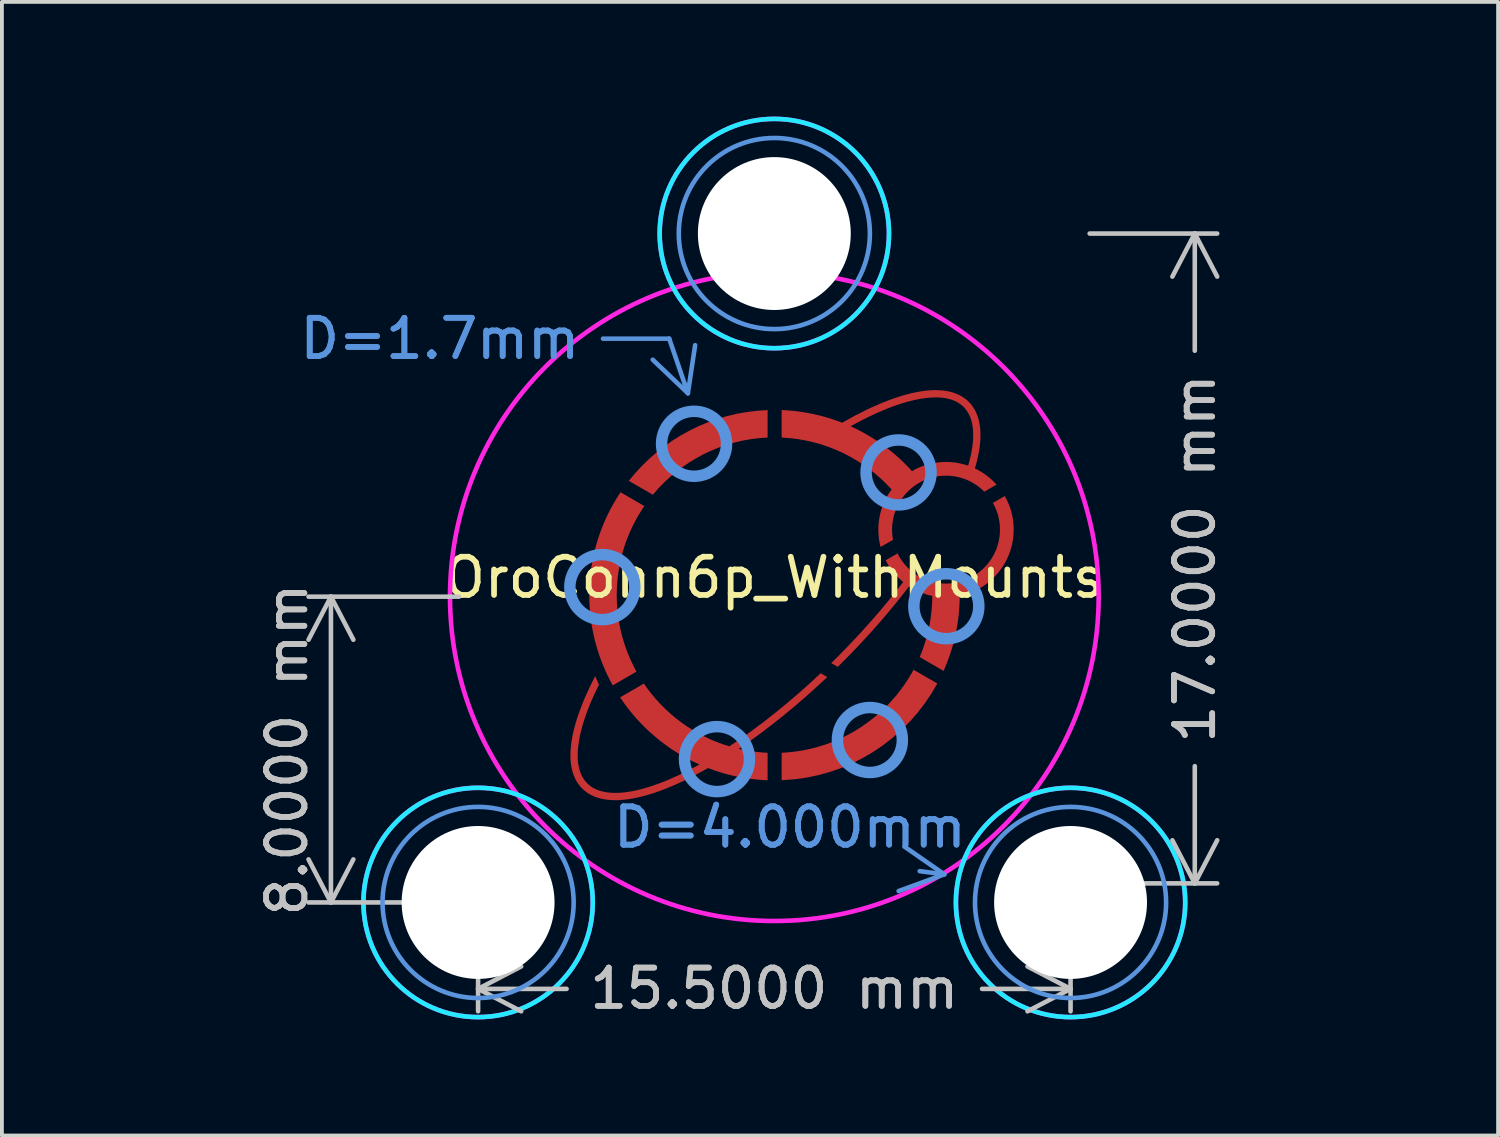
<source format=kicad_pcb>
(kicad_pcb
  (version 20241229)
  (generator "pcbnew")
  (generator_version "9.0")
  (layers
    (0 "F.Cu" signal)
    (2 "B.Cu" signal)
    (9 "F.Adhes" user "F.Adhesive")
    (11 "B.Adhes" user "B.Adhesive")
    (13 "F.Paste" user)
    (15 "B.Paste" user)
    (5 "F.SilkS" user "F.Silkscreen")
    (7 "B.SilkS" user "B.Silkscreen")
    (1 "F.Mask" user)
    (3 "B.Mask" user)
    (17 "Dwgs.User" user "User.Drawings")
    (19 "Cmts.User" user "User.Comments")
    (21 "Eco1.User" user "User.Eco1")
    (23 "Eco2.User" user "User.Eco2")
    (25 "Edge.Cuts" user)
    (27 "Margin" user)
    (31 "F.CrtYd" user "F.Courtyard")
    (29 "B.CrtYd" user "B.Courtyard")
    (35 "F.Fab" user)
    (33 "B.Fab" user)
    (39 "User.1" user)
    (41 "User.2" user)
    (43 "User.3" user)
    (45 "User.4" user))
  (footprint "OroConn6p_WithMounts"
    (layer "F.Cu")
    (at 17.208 12.56)
    (property "Reference" "OroConn6p_WithMounts" (at 0 -0.5 0) (unlocked yes) (layer "F.SilkS") (effects (font (size 1 1) (thickness 0.15))))
    (attr smd)
    (fp_poly (pts (xy -0.176 -4.163) (xy -0.401 -4.147) (xy -0.622 -4.12) (xy -0.84 -4.081) (xy -1.053 -4.03) (xy -1.262 -3.969) (xy -1.466 -3.897) (xy -1.665 -3.815) (xy -1.859 -3.723) (xy -2.047 -3.621) (xy -2.229 -3.51) (xy -2.405 -3.39) (xy -2.574 -3.261) (xy -2.737 -3.124) (xy -2.891 -2.979) (xy -3.039 -2.827) (xy -3.178 -2.667) (xy -3.807 -3.03) (xy -3.642 -3.229) (xy -3.466 -3.419) (xy -3.281 -3.599) (xy -3.087 -3.769) (xy -2.884 -3.929) (xy -2.672 -4.078) (xy -2.452 -4.216) (xy -2.224 -4.342) (xy -1.989 -4.457) (xy -1.747 -4.558) (xy -1.499 -4.647) (xy -1.245 -4.722) (xy -0.985 -4.784) (xy -0.72 -4.831) (xy -0.45 -4.864) (xy -0.176 -4.882)) (stroke (width 0) (type solid)) (fill yes) (layer "F.Cu"))
    (fp_poly (pts (xy 4.264 2.271) (xy 4.107 2.539) (xy 3.933 2.796) (xy 3.744 3.041) (xy 3.54 3.273) (xy 3.322 3.491) (xy 3.091 3.695) (xy 2.846 3.885) (xy 2.59 4.059) (xy 2.322 4.216) (xy 2.044 4.357) (xy 1.755 4.48) (xy 1.458 4.584) (xy 1.152 4.669) (xy 0.839 4.734) (xy 0.518 4.779) (xy 0.191 4.802) (xy 0.191 4.084) (xy 0.33 4.075) (xy 0.469 4.062) (xy 0.605 4.045) (xy 0.741 4.022) (xy 0.875 3.996) (xy 1.007 3.965) (xy 1.138 3.93) (xy 1.266 3.891) (xy 1.393 3.848) (xy 1.519 3.801) (xy 1.642 3.75) (xy 1.763 3.695) (xy 1.882 3.637) (xy 1.999 3.575) (xy 2.114 3.509) (xy 2.226 3.439) (xy 2.443 3.29) (xy 2.65 3.128) (xy 2.846 2.953) (xy 3.031 2.767) (xy 3.203 2.569) (xy 3.363 2.36) (xy 3.51 2.141) (xy 3.578 2.028) (xy 3.642 1.912)) (stroke (width 0) (type solid)) (fill yes) (layer "F.Cu"))
    (fp_poly (pts (xy -3.401 -2.371) (xy -3.484 -2.245) (xy -3.563 -2.116) (xy -3.636 -1.984) (xy -3.706 -1.848) (xy -3.77 -1.71) (xy -3.829 -1.57) (xy -3.884 -1.426) (xy -3.933 -1.281) (xy -3.976 -1.133) (xy -4.014 -0.982) (xy -4.047 -0.83) (xy -4.074 -0.675) (xy -4.095 -0.519) (xy -4.11 -0.361) (xy -4.12 -0.201) (xy -4.123 -0.04) (xy -4.121 0.096) (xy -4.114 0.23) (xy -4.103 0.364) (xy -4.088 0.496) (xy -4.069 0.627) (xy -4.046 0.756) (xy -4.019 0.884) (xy -3.988 1.011) (xy -3.953 1.135) (xy -3.914 1.259) (xy -3.871 1.381) (xy -3.825 1.5) (xy -3.776 1.618) (xy -3.722 1.735) (xy -3.666 1.849) (xy -3.606 1.961) (xy -4.227 2.32) (xy -4.251 2.276) (xy -4.275 2.233) (xy -4.298 2.188) (xy -4.321 2.144) (xy -4.343 2.099) (xy -4.365 2.055) (xy -4.387 2.009) (xy -4.408 1.964) (xy -4.503 1.74) (xy -4.542 1.637) (xy -4.58 1.532) (xy -4.615 1.425) (xy -4.647 1.318) (xy -4.678 1.21) (xy -4.705 1.101) (xy -4.731 0.991) (xy -4.753 0.879) (xy -4.774 0.767) (xy -4.791 0.655) (xy -4.806 0.541) (xy -4.818 0.426) (xy -4.828 0.311) (xy -4.835 0.195) (xy -4.839 0.078) (xy -4.841 -0.04) (xy -4.837 -0.225) (xy -4.827 -0.41) (xy -4.809 -0.592) (xy -4.785 -0.772) (xy -4.755 -0.95) (xy -4.718 -1.126) (xy -4.675 -1.299) (xy -4.626 -1.47) (xy -4.57 -1.638) (xy -4.509 -1.804) (xy -4.442 -1.966) (xy -4.369 -2.126) (xy -4.291 -2.282) (xy -4.207 -2.435) (xy -4.118 -2.585) (xy -4.024 -2.731)) (stroke (width 0) (type solid)) (fill yes) (layer "F.Cu"))
    (fp_poly (pts (xy 1.385 2.103) (xy 1.092 2.375) (xy 0.8 2.637) (xy 0.507 2.888) (xy 0.215 3.129) (xy -0.075 3.359) (xy -0.363 3.578) (xy -0.649 3.786) (xy -0.931 3.981) (xy -0.839 4.001) (xy -0.747 4.02) (xy -0.653 4.036) (xy -0.559 4.05) (xy -0.464 4.062) (xy -0.369 4.071) (xy -0.273 4.079) (xy -0.176 4.084) (xy -0.176 4.803) (xy -0.279 4.798) (xy -0.38 4.791) (xy -0.482 4.782) (xy -0.582 4.771) (xy -0.682 4.757) (xy -0.782 4.742) (xy -0.881 4.725) (xy -0.979 4.706) (xy -1.076 4.685) (xy -1.172 4.662) (xy -1.268 4.637) (xy -1.363 4.61) (xy -1.551 4.55) (xy -1.735 4.484) (xy -1.892 4.571) (xy -2.046 4.655) (xy -2.199 4.733) (xy -2.349 4.807) (xy -2.497 4.877) (xy -2.642 4.941) (xy -2.785 5.001) (xy -2.925 5.056) (xy -3.062 5.106) (xy -3.196 5.151) (xy -3.327 5.19) (xy -3.455 5.225) (xy -3.58 5.255) (xy -3.701 5.279) (xy -3.818 5.299) (xy -3.932 5.312) (xy -4.02 5.32) (xy -4.105 5.324) (xy -4.189 5.324) (xy -4.269 5.321) (xy -4.347 5.315) (xy -4.423 5.305) (xy -4.496 5.292) (xy -4.566 5.275) (xy -4.634 5.255) (xy -4.699 5.232) (xy -4.761 5.205) (xy -4.82 5.174) (xy -4.877 5.141) (xy -4.93 5.103) (xy -4.981 5.062) (xy -5.028 5.018) (xy -5.073 4.97) (xy -5.114 4.919) (xy -5.152 4.865) (xy -5.186 4.808) (xy -5.216 4.748) (xy -5.243 4.685) (xy -5.267 4.62) (xy -5.287 4.551) (xy -5.303 4.48) (xy -5.316 4.406) (xy -5.326 4.33) (xy -5.332 4.251) (xy -5.334 4.169) (xy -5.334 4.085) (xy -5.329 3.998) (xy -5.321 3.909) (xy -5.309 3.812) (xy -5.294 3.713) (xy -5.274 3.611) (xy -5.251 3.506) (xy -5.223 3.398) (xy -5.192 3.289) (xy -5.158 3.177) (xy -5.12 3.063) (xy -5.032 2.828) (xy -4.931 2.585) (xy -4.816 2.335) (xy -4.687 2.078) (xy -4.588 2.302) (xy -4.698 2.53) (xy -4.796 2.751) (xy -4.841 2.86) (xy -4.883 2.966) (xy -4.921 3.071) (xy -4.957 3.174) (xy -4.99 3.276) (xy -5.02 3.375) (xy -5.046 3.473) (xy -5.07 3.568) (xy -5.09 3.662) (xy -5.107 3.753) (xy -5.121 3.842) (xy -5.132 3.929) (xy -5.139 4.006) (xy -5.143 4.08) (xy -5.144 4.152) (xy -5.143 4.223) (xy -5.139 4.291) (xy -5.132 4.356) (xy -5.122 4.42) (xy -5.109 4.481) (xy -5.093 4.54) (xy -5.074 4.597) (xy -5.052 4.651) (xy -5.027 4.703) (xy -4.998 4.752) (xy -4.967 4.799) (xy -4.932 4.842) (xy -4.894 4.884) (xy -4.853 4.921) (xy -4.81 4.956) (xy -4.764 4.987) (xy -4.715 5.015) (xy -4.664 5.04) (xy -4.61 5.062) (xy -4.554 5.081) (xy -4.496 5.097) (xy -4.436 5.11) (xy -4.373 5.12) (xy -4.308 5.128) (xy -4.24 5.132) (xy -4.171 5.134) (xy -4.1 5.133) (xy -4.026 5.129) (xy -3.951 5.123) (xy -3.847 5.11) (xy -3.74 5.093) (xy -3.629 5.071) (xy -3.516 5.045) (xy -3.4 5.014) (xy -3.281 4.978) (xy -3.159 4.938) (xy -3.035 4.894) (xy -2.908 4.846) (xy -2.779 4.793) (xy -2.514 4.675) (xy -2.24 4.541) (xy -1.959 4.391) (xy -2.116 4.317) (xy -2.271 4.238) (xy -2.422 4.154) (xy -2.57 4.065) (xy -2.714 3.971) (xy -2.855 3.871) (xy -2.992 3.767) (xy -3.125 3.658) (xy -3.254 3.545) (xy -3.379 3.427) (xy -3.5 3.305) (xy -3.616 3.179) (xy -3.728 3.048) (xy -3.836 2.914) (xy -3.938 2.776) (xy -4.036 2.634) (xy -3.413 2.274) (xy -3.311 2.418) (xy -3.203 2.557) (xy -3.089 2.691) (xy -2.97 2.82) (xy -2.846 2.944) (xy -2.716 3.063) (xy -2.582 3.176) (xy -2.442 3.284) (xy -2.298 3.385) (xy -2.15 3.481) (xy -1.997 3.57) (xy -1.841 3.653) (xy -1.68 3.729) (xy -1.516 3.798) (xy -1.348 3.861) (xy -1.177 3.916) (xy -0.887 3.72) (xy -0.593 3.511) (xy -0.296 3.289) (xy 0.004 3.055) (xy 0.305 2.809) (xy 0.607 2.552) (xy 0.91 2.283) (xy 1.213 2.003)) (stroke (width 0) (type solid)) (fill yes) (layer "F.Cu"))
    (fp_poly (pts (xy 6.056 -2.583) (xy 6.081 -2.533) (xy 6.105 -2.482) (xy 6.128 -2.431) (xy 6.148 -2.378) (xy 6.168 -2.325) (xy 6.185 -2.271) (xy 6.201 -2.216) (xy 6.215 -2.16) (xy 6.227 -2.104) (xy 6.238 -2.047) (xy 6.246 -1.989) (xy 6.253 -1.931) (xy 6.258 -1.872) (xy 6.261 -1.813) (xy 6.262 -1.754) (xy 6.26 -1.674) (xy 6.255 -1.595) (xy 6.246 -1.517) (xy 6.234 -1.441) (xy 6.219 -1.365) (xy 6.201 -1.291) (xy 6.179 -1.217) (xy 6.155 -1.146) (xy 6.127 -1.075) (xy 6.097 -1.006) (xy 6.064 -0.939) (xy 6.028 -0.873) (xy 5.989 -0.809) (xy 5.948 -0.747) (xy 5.858 -0.629) (xy 5.759 -0.518) (xy 5.651 -0.416) (xy 5.535 -0.323) (xy 5.411 -0.241) (xy 5.346 -0.203) (xy 5.28 -0.168) (xy 5.212 -0.136) (xy 5.142 -0.107) (xy 5.071 -0.08) (xy 4.999 -0.057) (xy 4.925 -0.037) (xy 4.85 -0.02) (xy 4.848 0.111) (xy 4.842 0.241) (xy 4.833 0.369) (xy 4.821 0.497) (xy 4.805 0.624) (xy 4.786 0.75) (xy 4.764 0.874) (xy 4.739 0.998) (xy 4.71 1.121) (xy 4.679 1.242) (xy 4.644 1.362) (xy 4.607 1.48) (xy 4.566 1.598) (xy 4.523 1.714) (xy 4.477 1.828) (xy 4.428 1.942) (xy 3.802 1.58) (xy 3.84 1.488) (xy 3.877 1.394) (xy 3.91 1.299) (xy 3.942 1.203) (xy 3.971 1.106) (xy 3.998 1.008) (xy 4.023 0.909) (xy 4.045 0.809) (xy 4.065 0.708) (xy 4.082 0.606) (xy 4.097 0.504) (xy 4.109 0.401) (xy 4.119 0.297) (xy 4.126 0.192) (xy 4.131 0.086) (xy 4.132 -0.02) (xy 4.091 -0.029) (xy 4.051 -0.039) (xy 4.01 -0.049) (xy 3.97 -0.061) (xy 3.931 -0.074) (xy 3.892 -0.087) (xy 3.853 -0.102) (xy 3.815 -0.117) (xy 3.777 -0.134) (xy 3.74 -0.151) (xy 3.703 -0.168) (xy 3.666 -0.187) (xy 3.63 -0.207) (xy 3.595 -0.227) (xy 3.56 -0.248) (xy 3.526 -0.27) (xy 3.335 -0.024) (xy 3.136 0.223) (xy 2.929 0.472) (xy 2.714 0.721) (xy 2.492 0.97) (xy 2.263 1.219) (xy 2.027 1.467) (xy 1.783 1.714) (xy 1.721 1.776) (xy 1.659 1.837) (xy 1.488 1.738) (xy 1.569 1.659) (xy 1.649 1.58) (xy 1.889 1.335) (xy 2.123 1.089) (xy 2.35 0.843) (xy 2.569 0.597) (xy 2.782 0.351) (xy 2.986 0.105) (xy 3.183 -0.139) (xy 3.372 -0.383) (xy 3.337 -0.412) (xy 3.302 -0.443) (xy 3.269 -0.474) (xy 3.236 -0.506) (xy 3.204 -0.539) (xy 3.173 -0.573) (xy 3.142 -0.608) (xy 3.113 -0.643) (xy 3.085 -0.679) (xy 3.057 -0.716) (xy 3.031 -0.754) (xy 3.005 -0.792) (xy 2.98 -0.831) (xy 2.957 -0.871) (xy 2.934 -0.911) (xy 2.913 -0.952) (xy 3.224 -1.132) (xy 3.246 -1.089) (xy 3.27 -1.046) (xy 3.295 -1.004) (xy 3.322 -0.964) (xy 3.35 -0.924) (xy 3.379 -0.885) (xy 3.409 -0.848) (xy 3.441 -0.811) (xy 3.474 -0.776) (xy 3.508 -0.742) (xy 3.543 -0.708) (xy 3.58 -0.677) (xy 3.617 -0.646) (xy 3.656 -0.616) (xy 3.695 -0.588) (xy 3.736 -0.562) (xy 3.777 -0.536) (xy 3.819 -0.512) (xy 3.863 -0.49) (xy 3.907 -0.469) (xy 3.952 -0.449) (xy 3.998 -0.431) (xy 4.044 -0.415) (xy 4.091 -0.4) (xy 4.139 -0.386) (xy 4.188 -0.375) (xy 4.237 -0.365) (xy 4.287 -0.357) (xy 4.337 -0.35) (xy 4.388 -0.346) (xy 4.44 -0.343) (xy 4.492 -0.342) (xy 4.564 -0.344) (xy 4.636 -0.349) (xy 4.706 -0.358) (xy 4.776 -0.371) (xy 4.844 -0.387) (xy 4.911 -0.406) (xy 4.977 -0.428) (xy 5.041 -0.453) (xy 5.103 -0.481) (xy 5.164 -0.513) (xy 5.223 -0.547) (xy 5.28 -0.583) (xy 5.336 -0.623) (xy 5.389 -0.665) (xy 5.44 -0.709) (xy 5.489 -0.756) (xy 5.536 -0.805) (xy 5.581 -0.856) (xy 5.622 -0.909) (xy 5.662 -0.965) (xy 5.699 -1.022) (xy 5.733 -1.081) (xy 5.764 -1.142) (xy 5.792 -1.204) (xy 5.817 -1.268) (xy 5.84 -1.334) (xy 5.859 -1.401) (xy 5.874 -1.469) (xy 5.887 -1.539) (xy 5.896 -1.609) (xy 5.901 -1.681) (xy 5.903 -1.754) (xy 5.902 -1.801) (xy 5.9 -1.848) (xy 5.896 -1.895) (xy 5.891 -1.941) (xy 5.884 -1.987) (xy 5.875 -2.032) (xy 5.866 -2.077) (xy 5.855 -2.121) (xy 5.842 -2.165) (xy 5.828 -2.208) (xy 5.813 -2.251) (xy 5.796 -2.292) (xy 5.779 -2.334) (xy 5.76 -2.374) (xy 5.739 -2.414) (xy 5.718 -2.453) (xy 6.029 -2.632)) (stroke (width 0) (type solid)) (fill yes) (layer "F.Cu"))
    (fp_poly (pts (xy 4.327 -5.4) (xy 4.405 -5.394) (xy 4.481 -5.384) (xy 4.554 -5.371) (xy 4.624 -5.355) (xy 4.692 -5.335) (xy 4.757 -5.311) (xy 4.819 -5.284) (xy 4.879 -5.254) (xy 4.935 -5.22) (xy 4.989 -5.182) (xy 5.04 -5.142) (xy 5.087 -5.097) (xy 5.132 -5.05) (xy 5.172 -4.999) (xy 5.21 -4.945) (xy 5.244 -4.889) (xy 5.274 -4.829) (xy 5.301 -4.767) (xy 5.325 -4.702) (xy 5.345 -4.634) (xy 5.361 -4.563) (xy 5.374 -4.49) (xy 5.384 -4.414) (xy 5.39 -4.336) (xy 5.393 -4.255) (xy 5.392 -4.171) (xy 5.388 -4.085) (xy 5.381 -3.997) (xy 5.372 -3.922) (xy 5.361 -3.846) (xy 5.348 -3.768) (xy 5.332 -3.688) (xy 5.314 -3.607) (xy 5.294 -3.525) (xy 5.272 -3.44) (xy 5.247 -3.355) (xy 5.288 -3.335) (xy 5.327 -3.315) (xy 5.366 -3.293) (xy 5.405 -3.27) (xy 5.442 -3.247) (xy 5.48 -3.223) (xy 5.516 -3.197) (xy 5.552 -3.171) (xy 5.587 -3.144) (xy 5.622 -3.116) (xy 5.655 -3.087) (xy 5.688 -3.058) (xy 5.721 -3.027) (xy 5.752 -2.996) (xy 5.783 -2.964) (xy 5.813 -2.932) (xy 5.493 -2.747) (xy 5.444 -2.795) (xy 5.393 -2.839) (xy 5.34 -2.882) (xy 5.284 -2.921) (xy 5.227 -2.959) (xy 5.167 -2.993) (xy 5.106 -3.024) (xy 5.043 -3.053) (xy 4.979 -3.079) (xy 4.913 -3.101) (xy 4.846 -3.12) (xy 4.777 -3.136) (xy 4.707 -3.149) (xy 4.636 -3.158) (xy 4.564 -3.163) (xy 4.492 -3.165) (xy 4.419 -3.163) (xy 4.347 -3.158) (xy 4.277 -3.149) (xy 4.207 -3.136) (xy 4.139 -3.121) (xy 4.072 -3.102) (xy 4.006 -3.079) (xy 3.942 -3.054) (xy 3.88 -3.026) (xy 3.819 -2.995) (xy 3.76 -2.961) (xy 3.703 -2.924) (xy 3.647 -2.885) (xy 3.594 -2.843) (xy 3.543 -2.798) (xy 3.494 -2.751) (xy 3.447 -2.702) (xy 3.402 -2.651) (xy 3.361 -2.598) (xy 3.321 -2.543) (xy 3.284 -2.485) (xy 3.25 -2.426) (xy 3.219 -2.365) (xy 3.191 -2.303) (xy 3.166 -2.239) (xy 3.144 -2.173) (xy 3.124 -2.106) (xy 3.109 -2.038) (xy 3.096 -1.968) (xy 3.087 -1.898) (xy 3.082 -1.826) (xy 3.08 -1.754) (xy 3.08 -1.72) (xy 3.082 -1.686) (xy 3.084 -1.652) (xy 3.086 -1.619) (xy 3.09 -1.586) (xy 3.094 -1.553) (xy 3.099 -1.52) (xy 3.105 -1.487) (xy 2.78 -1.3) (xy 2.766 -1.354) (xy 2.755 -1.41) (xy 2.744 -1.466) (xy 2.736 -1.522) (xy 2.73 -1.579) (xy 2.725 -1.637) (xy 2.722 -1.695) (xy 2.721 -1.754) (xy 2.723 -1.827) (xy 2.727 -1.9) (xy 2.734 -1.972) (xy 2.745 -2.043) (xy 2.758 -2.113) (xy 2.773 -2.182) (xy 2.792 -2.25) (xy 2.813 -2.317) (xy 2.836 -2.383) (xy 2.862 -2.447) (xy 2.891 -2.51) (xy 2.922 -2.572) (xy 2.955 -2.633) (xy 2.99 -2.692) (xy 3.028 -2.75) (xy 3.068 -2.806) (xy 2.93 -2.951) (xy 2.785 -3.09) (xy 2.634 -3.221) (xy 2.476 -3.345) (xy 2.312 -3.462) (xy 2.143 -3.57) (xy 1.968 -3.671) (xy 1.788 -3.763) (xy 1.603 -3.846) (xy 1.413 -3.92) (xy 1.219 -3.986) (xy 1.02 -4.041) (xy 0.818 -4.087) (xy 0.612 -4.123) (xy 0.403 -4.148) (xy 0.191 -4.163) (xy 0.191 -4.458) (xy 1.996 -4.458) (xy 2.11 -4.404) (xy 2.223 -4.348) (xy 2.334 -4.289) (xy 2.443 -4.227) (xy 2.551 -4.162) (xy 2.656 -4.095) (xy 2.76 -4.025) (xy 2.862 -3.952) (xy 2.962 -3.877) (xy 3.06 -3.8) (xy 3.156 -3.72) (xy 3.25 -3.637) (xy 3.341 -3.552) (xy 3.43 -3.465) (xy 3.518 -3.376) (xy 3.602 -3.284) (xy 3.652 -3.312) (xy 3.702 -3.339) (xy 3.754 -3.363) (xy 3.806 -3.386) (xy 3.859 -3.408) (xy 3.913 -3.427) (xy 3.968 -3.445) (xy 4.023 -3.461) (xy 4.08 -3.476) (xy 4.137 -3.488) (xy 4.194 -3.499) (xy 4.253 -3.508) (xy 4.312 -3.515) (xy 4.371 -3.52) (xy 4.431 -3.523) (xy 4.492 -3.524) (xy 4.529 -3.524) (xy 4.567 -3.522) (xy 4.642 -3.518) (xy 4.716 -3.51) (xy 4.789 -3.499) (xy 4.861 -3.485) (xy 4.932 -3.469) (xy 5.002 -3.449) (xy 5.071 -3.427) (xy 5.093 -3.505) (xy 5.113 -3.582) (xy 5.131 -3.658) (xy 5.147 -3.732) (xy 5.161 -3.806) (xy 5.173 -3.877) (xy 5.184 -3.948) (xy 5.192 -4.017) (xy 5.198 -4.092) (xy 5.202 -4.166) (xy 5.203 -4.238) (xy 5.201 -4.307) (xy 5.197 -4.375) (xy 5.19 -4.44) (xy 5.18 -4.503) (xy 5.167 -4.564) (xy 5.151 -4.622) (xy 5.132 -4.678) (xy 5.11 -4.732) (xy 5.085 -4.783) (xy 5.056 -4.832) (xy 5.025 -4.878) (xy 4.99 -4.922) (xy 4.952 -4.963) (xy 4.912 -5) (xy 4.868 -5.035) (xy 4.822 -5.066) (xy 4.773 -5.095) (xy 4.722 -5.12) (xy 4.669 -5.142) (xy 4.613 -5.161) (xy 4.554 -5.177) (xy 4.494 -5.19) (xy 4.431 -5.2) (xy 4.365 -5.207) (xy 4.298 -5.212) (xy 4.229 -5.213) (xy 4.157 -5.212) (xy 4.084 -5.208) (xy 4.008 -5.202) (xy 3.903 -5.189) (xy 3.795 -5.171) (xy 3.684 -5.149) (xy 3.569 -5.122) (xy 3.452 -5.091) (xy 3.332 -5.055) (xy 3.209 -5.014) (xy 3.083 -4.97) (xy 2.955 -4.92) (xy 2.825 -4.867) (xy 2.692 -4.809) (xy 2.557 -4.747) (xy 2.419 -4.681) (xy 2.28 -4.611) (xy 2.139 -4.536) (xy 1.996 -4.458) (xy 0.191 -4.458) (xy 0.191 -4.882) (xy 0.295 -4.877) (xy 0.399 -4.869) (xy 0.502 -4.86) (xy 0.604 -4.848) (xy 0.806 -4.819) (xy 1.006 -4.781) (xy 1.203 -4.736) (xy 1.397 -4.682) (xy 1.587 -4.62) (xy 1.774 -4.551) (xy 2.088 -4.725) (xy 2.393 -4.879) (xy 2.542 -4.95) (xy 2.689 -5.015) (xy 2.833 -5.076) (xy 2.974 -5.131) (xy 3.112 -5.182) (xy 3.247 -5.227) (xy 3.379 -5.268) (xy 3.508 -5.303) (xy 3.634 -5.333) (xy 3.756 -5.358) (xy 3.874 -5.377) (xy 3.989 -5.392) (xy 4.077 -5.399) (xy 4.163 -5.403) (xy 4.246 -5.403)) (stroke (width 0) (type solid)) (fill yes) (layer "F.Cu"))
    (fp_poly (pts (xy -0.176 -4.163) (xy -0.401 -4.147) (xy -0.622 -4.12) (xy -0.84 -4.081) (xy -1.053 -4.03) (xy -1.262 -3.969) (xy -1.466 -3.897) (xy -1.665 -3.815) (xy -1.859 -3.723) (xy -2.047 -3.621) (xy -2.229 -3.51) (xy -2.405 -3.39) (xy -2.574 -3.261) (xy -2.737 -3.124) (xy -2.891 -2.979) (xy -3.039 -2.827) (xy -3.178 -2.667) (xy -3.807 -3.03) (xy -3.642 -3.229) (xy -3.466 -3.419) (xy -3.281 -3.599) (xy -3.087 -3.769) (xy -2.884 -3.929) (xy -2.672 -4.078) (xy -2.452 -4.216) (xy -2.224 -4.342) (xy -1.989 -4.457) (xy -1.747 -4.558) (xy -1.499 -4.647) (xy -1.245 -4.722) (xy -0.985 -4.784) (xy -0.72 -4.831) (xy -0.45 -4.864) (xy -0.176 -4.882)) (stroke (width 0) (type solid)) (fill yes) (layer "F.Mask"))
    (fp_poly (pts (xy 4.264 2.271) (xy 4.107 2.539) (xy 3.933 2.796) (xy 3.744 3.041) (xy 3.54 3.273) (xy 3.322 3.491) (xy 3.091 3.695) (xy 2.846 3.885) (xy 2.59 4.059) (xy 2.322 4.216) (xy 2.044 4.357) (xy 1.755 4.48) (xy 1.458 4.584) (xy 1.152 4.669) (xy 0.839 4.734) (xy 0.518 4.779) (xy 0.191 4.802) (xy 0.191 4.084) (xy 0.33 4.075) (xy 0.469 4.062) (xy 0.605 4.045) (xy 0.741 4.022) (xy 0.875 3.996) (xy 1.007 3.965) (xy 1.138 3.93) (xy 1.266 3.891) (xy 1.393 3.848) (xy 1.519 3.801) (xy 1.642 3.75) (xy 1.763 3.695) (xy 1.882 3.637) (xy 1.999 3.575) (xy 2.114 3.509) (xy 2.226 3.439) (xy 2.443 3.29) (xy 2.65 3.128) (xy 2.846 2.953) (xy 3.031 2.767) (xy 3.203 2.569) (xy 3.363 2.36) (xy 3.51 2.141) (xy 3.578 2.028) (xy 3.642 1.912)) (stroke (width 0) (type solid)) (fill yes) (layer "F.Mask"))
    (fp_poly (pts (xy -3.401 -2.371) (xy -3.484 -2.245) (xy -3.563 -2.116) (xy -3.636 -1.984) (xy -3.706 -1.848) (xy -3.77 -1.71) (xy -3.829 -1.57) (xy -3.884 -1.426) (xy -3.933 -1.281) (xy -3.976 -1.133) (xy -4.014 -0.982) (xy -4.047 -0.83) (xy -4.074 -0.675) (xy -4.095 -0.519) (xy -4.11 -0.361) (xy -4.12 -0.201) (xy -4.123 -0.04) (xy -4.121 0.096) (xy -4.114 0.23) (xy -4.103 0.364) (xy -4.088 0.496) (xy -4.069 0.627) (xy -4.046 0.756) (xy -4.019 0.884) (xy -3.988 1.011) (xy -3.953 1.135) (xy -3.914 1.259) (xy -3.871 1.381) (xy -3.825 1.5) (xy -3.776 1.618) (xy -3.722 1.735) (xy -3.666 1.849) (xy -3.606 1.961) (xy -4.227 2.32) (xy -4.251 2.276) (xy -4.275 2.233) (xy -4.298 2.188) (xy -4.321 2.144) (xy -4.343 2.099) (xy -4.365 2.055) (xy -4.387 2.009) (xy -4.408 1.964) (xy -4.503 1.74) (xy -4.542 1.637) (xy -4.58 1.532) (xy -4.615 1.425) (xy -4.647 1.318) (xy -4.678 1.21) (xy -4.705 1.101) (xy -4.731 0.991) (xy -4.753 0.879) (xy -4.774 0.767) (xy -4.791 0.655) (xy -4.806 0.541) (xy -4.818 0.426) (xy -4.828 0.311) (xy -4.835 0.195) (xy -4.839 0.078) (xy -4.841 -0.04) (xy -4.837 -0.225) (xy -4.827 -0.41) (xy -4.809 -0.592) (xy -4.785 -0.772) (xy -4.755 -0.95) (xy -4.718 -1.126) (xy -4.675 -1.299) (xy -4.626 -1.47) (xy -4.57 -1.638) (xy -4.509 -1.804) (xy -4.442 -1.966) (xy -4.369 -2.126) (xy -4.291 -2.282) (xy -4.207 -2.435) (xy -4.118 -2.585) (xy -4.024 -2.731)) (stroke (width 0) (type solid)) (fill yes) (layer "F.Mask"))
    (fp_poly (pts (xy 1.385 2.103) (xy 1.092 2.375) (xy 0.8 2.637) (xy 0.507 2.888) (xy 0.215 3.129) (xy -0.075 3.359) (xy -0.363 3.578) (xy -0.649 3.786) (xy -0.931 3.981) (xy -0.839 4.001) (xy -0.747 4.02) (xy -0.653 4.036) (xy -0.559 4.05) (xy -0.464 4.062) (xy -0.369 4.071) (xy -0.273 4.079) (xy -0.176 4.084) (xy -0.176 4.803) (xy -0.279 4.798) (xy -0.38 4.791) (xy -0.482 4.782) (xy -0.582 4.771) (xy -0.682 4.757) (xy -0.782 4.742) (xy -0.881 4.725) (xy -0.979 4.706) (xy -1.076 4.685) (xy -1.172 4.662) (xy -1.268 4.637) (xy -1.363 4.61) (xy -1.551 4.55) (xy -1.735 4.484) (xy -1.892 4.571) (xy -2.046 4.655) (xy -2.199 4.733) (xy -2.349 4.807) (xy -2.497 4.877) (xy -2.642 4.941) (xy -2.785 5.001) (xy -2.925 5.056) (xy -3.062 5.106) (xy -3.196 5.151) (xy -3.327 5.19) (xy -3.455 5.225) (xy -3.58 5.255) (xy -3.701 5.279) (xy -3.818 5.299) (xy -3.932 5.312) (xy -4.02 5.32) (xy -4.105 5.324) (xy -4.189 5.324) (xy -4.269 5.321) (xy -4.347 5.315) (xy -4.423 5.305) (xy -4.496 5.292) (xy -4.566 5.275) (xy -4.634 5.255) (xy -4.699 5.232) (xy -4.761 5.205) (xy -4.82 5.174) (xy -4.877 5.141) (xy -4.93 5.103) (xy -4.981 5.062) (xy -5.028 5.018) (xy -5.073 4.97) (xy -5.114 4.919) (xy -5.152 4.865) (xy -5.186 4.808) (xy -5.216 4.748) (xy -5.243 4.685) (xy -5.267 4.62) (xy -5.287 4.551) (xy -5.303 4.48) (xy -5.316 4.406) (xy -5.326 4.33) (xy -5.332 4.251) (xy -5.334 4.169) (xy -5.334 4.085) (xy -5.329 3.998) (xy -5.321 3.909) (xy -5.309 3.812) (xy -5.294 3.713) (xy -5.274 3.611) (xy -5.251 3.506) (xy -5.223 3.398) (xy -5.192 3.289) (xy -5.158 3.177) (xy -5.12 3.063) (xy -5.032 2.828) (xy -4.931 2.585) (xy -4.816 2.335) (xy -4.687 2.078) (xy -4.588 2.302) (xy -4.698 2.53) (xy -4.796 2.751) (xy -4.841 2.86) (xy -4.883 2.966) (xy -4.921 3.071) (xy -4.957 3.174) (xy -4.99 3.276) (xy -5.02 3.375) (xy -5.046 3.473) (xy -5.07 3.568) (xy -5.09 3.662) (xy -5.107 3.753) (xy -5.121 3.842) (xy -5.132 3.929) (xy -5.139 4.006) (xy -5.143 4.08) (xy -5.144 4.152) (xy -5.143 4.223) (xy -5.139 4.291) (xy -5.132 4.356) (xy -5.122 4.42) (xy -5.109 4.481) (xy -5.093 4.54) (xy -5.074 4.597) (xy -5.052 4.651) (xy -5.027 4.703) (xy -4.998 4.752) (xy -4.967 4.799) (xy -4.932 4.842) (xy -4.894 4.884) (xy -4.853 4.921) (xy -4.81 4.956) (xy -4.764 4.987) (xy -4.715 5.015) (xy -4.664 5.04) (xy -4.61 5.062) (xy -4.554 5.081) (xy -4.496 5.097) (xy -4.436 5.11) (xy -4.373 5.12) (xy -4.308 5.128) (xy -4.24 5.132) (xy -4.171 5.134) (xy -4.1 5.133) (xy -4.026 5.129) (xy -3.951 5.123) (xy -3.847 5.11) (xy -3.74 5.093) (xy -3.629 5.071) (xy -3.516 5.045) (xy -3.4 5.014) (xy -3.281 4.978) (xy -3.159 4.938) (xy -3.035 4.894) (xy -2.908 4.846) (xy -2.779 4.793) (xy -2.514 4.675) (xy -2.24 4.541) (xy -1.959 4.391) (xy -2.116 4.317) (xy -2.271 4.238) (xy -2.422 4.154) (xy -2.57 4.065) (xy -2.714 3.971) (xy -2.855 3.871) (xy -2.992 3.767) (xy -3.125 3.658) (xy -3.254 3.545) (xy -3.379 3.427) (xy -3.5 3.305) (xy -3.616 3.179) (xy -3.728 3.048) (xy -3.836 2.914) (xy -3.938 2.776) (xy -4.036 2.634) (xy -3.413 2.274) (xy -3.311 2.418) (xy -3.203 2.557) (xy -3.089 2.691) (xy -2.97 2.82) (xy -2.846 2.944) (xy -2.716 3.063) (xy -2.582 3.176) (xy -2.442 3.284) (xy -2.298 3.385) (xy -2.15 3.481) (xy -1.997 3.57) (xy -1.841 3.653) (xy -1.68 3.729) (xy -1.516 3.798) (xy -1.348 3.861) (xy -1.177 3.916) (xy -0.887 3.72) (xy -0.593 3.511) (xy -0.296 3.289) (xy 0.004 3.055) (xy 0.305 2.809) (xy 0.607 2.552) (xy 0.91 2.283) (xy 1.213 2.003)) (stroke (width 0) (type solid)) (fill yes) (layer "F.Mask"))
    (fp_poly (pts (xy 6.056 -2.583) (xy 6.081 -2.533) (xy 6.105 -2.482) (xy 6.128 -2.431) (xy 6.148 -2.378) (xy 6.168 -2.325) (xy 6.185 -2.271) (xy 6.201 -2.216) (xy 6.215 -2.16) (xy 6.227 -2.104) (xy 6.238 -2.047) (xy 6.246 -1.989) (xy 6.253 -1.931) (xy 6.258 -1.872) (xy 6.261 -1.813) (xy 6.262 -1.754) (xy 6.26 -1.674) (xy 6.255 -1.595) (xy 6.246 -1.517) (xy 6.234 -1.441) (xy 6.219 -1.365) (xy 6.201 -1.291) (xy 6.179 -1.217) (xy 6.155 -1.146) (xy 6.127 -1.075) (xy 6.097 -1.006) (xy 6.064 -0.939) (xy 6.028 -0.873) (xy 5.989 -0.809) (xy 5.948 -0.747) (xy 5.858 -0.629) (xy 5.759 -0.518) (xy 5.651 -0.416) (xy 5.535 -0.323) (xy 5.411 -0.241) (xy 5.346 -0.203) (xy 5.28 -0.168) (xy 5.212 -0.136) (xy 5.142 -0.107) (xy 5.071 -0.08) (xy 4.999 -0.057) (xy 4.925 -0.037) (xy 4.85 -0.02) (xy 4.848 0.111) (xy 4.842 0.241) (xy 4.833 0.369) (xy 4.821 0.497) (xy 4.805 0.624) (xy 4.786 0.75) (xy 4.764 0.874) (xy 4.739 0.998) (xy 4.71 1.121) (xy 4.679 1.242) (xy 4.644 1.362) (xy 4.607 1.48) (xy 4.566 1.598) (xy 4.523 1.714) (xy 4.477 1.828) (xy 4.428 1.942) (xy 3.802 1.58) (xy 3.84 1.488) (xy 3.877 1.394) (xy 3.91 1.299) (xy 3.942 1.203) (xy 3.971 1.106) (xy 3.998 1.008) (xy 4.023 0.909) (xy 4.045 0.809) (xy 4.065 0.708) (xy 4.082 0.606) (xy 4.097 0.504) (xy 4.109 0.401) (xy 4.119 0.297) (xy 4.126 0.192) (xy 4.131 0.086) (xy 4.132 -0.02) (xy 4.091 -0.029) (xy 4.051 -0.039) (xy 4.01 -0.049) (xy 3.97 -0.061) (xy 3.931 -0.074) (xy 3.892 -0.087) (xy 3.853 -0.102) (xy 3.815 -0.117) (xy 3.777 -0.134) (xy 3.74 -0.151) (xy 3.703 -0.168) (xy 3.666 -0.187) (xy 3.63 -0.207) (xy 3.595 -0.227) (xy 3.56 -0.248) (xy 3.526 -0.27) (xy 3.335 -0.024) (xy 3.136 0.223) (xy 2.929 0.472) (xy 2.714 0.721) (xy 2.492 0.97) (xy 2.263 1.219) (xy 2.027 1.467) (xy 1.783 1.714) (xy 1.721 1.776) (xy 1.659 1.837) (xy 1.488 1.738) (xy 1.569 1.659) (xy 1.649 1.58) (xy 1.889 1.335) (xy 2.123 1.089) (xy 2.35 0.843) (xy 2.569 0.597) (xy 2.782 0.351) (xy 2.986 0.105) (xy 3.183 -0.139) (xy 3.372 -0.383) (xy 3.337 -0.412) (xy 3.302 -0.443) (xy 3.269 -0.474) (xy 3.236 -0.506) (xy 3.204 -0.539) (xy 3.173 -0.573) (xy 3.142 -0.608) (xy 3.113 -0.643) (xy 3.085 -0.679) (xy 3.057 -0.716) (xy 3.031 -0.754) (xy 3.005 -0.792) (xy 2.98 -0.831) (xy 2.957 -0.871) (xy 2.934 -0.911) (xy 2.913 -0.952) (xy 3.224 -1.132) (xy 3.246 -1.089) (xy 3.27 -1.046) (xy 3.295 -1.004) (xy 3.322 -0.964) (xy 3.35 -0.924) (xy 3.379 -0.885) (xy 3.409 -0.848) (xy 3.441 -0.811) (xy 3.474 -0.776) (xy 3.508 -0.742) (xy 3.543 -0.708) (xy 3.58 -0.677) (xy 3.617 -0.646) (xy 3.656 -0.616) (xy 3.695 -0.588) (xy 3.736 -0.562) (xy 3.777 -0.536) (xy 3.819 -0.512) (xy 3.863 -0.49) (xy 3.907 -0.469) (xy 3.952 -0.449) (xy 3.998 -0.431) (xy 4.044 -0.415) (xy 4.091 -0.4) (xy 4.139 -0.386) (xy 4.188 -0.375) (xy 4.237 -0.365) (xy 4.287 -0.357) (xy 4.337 -0.35) (xy 4.388 -0.346) (xy 4.44 -0.343) (xy 4.492 -0.342) (xy 4.564 -0.344) (xy 4.636 -0.349) (xy 4.706 -0.358) (xy 4.776 -0.371) (xy 4.844 -0.387) (xy 4.911 -0.406) (xy 4.977 -0.428) (xy 5.041 -0.453) (xy 5.103 -0.481) (xy 5.164 -0.513) (xy 5.223 -0.547) (xy 5.28 -0.583) (xy 5.336 -0.623) (xy 5.389 -0.665) (xy 5.44 -0.709) (xy 5.489 -0.756) (xy 5.536 -0.805) (xy 5.581 -0.856) (xy 5.622 -0.909) (xy 5.662 -0.965) (xy 5.699 -1.022) (xy 5.733 -1.081) (xy 5.764 -1.142) (xy 5.792 -1.204) (xy 5.817 -1.268) (xy 5.84 -1.334) (xy 5.859 -1.401) (xy 5.874 -1.469) (xy 5.887 -1.539) (xy 5.896 -1.609) (xy 5.901 -1.681) (xy 5.903 -1.754) (xy 5.902 -1.801) (xy 5.9 -1.848) (xy 5.896 -1.895) (xy 5.891 -1.941) (xy 5.884 -1.987) (xy 5.875 -2.032) (xy 5.866 -2.077) (xy 5.855 -2.121) (xy 5.842 -2.165) (xy 5.828 -2.208) (xy 5.813 -2.251) (xy 5.796 -2.292) (xy 5.779 -2.334) (xy 5.76 -2.374) (xy 5.739 -2.414) (xy 5.718 -2.453) (xy 6.029 -2.632)) (stroke (width 0) (type solid)) (fill yes) (layer "F.Mask"))
    (fp_poly (pts (xy 4.327 -5.4) (xy 4.405 -5.394) (xy 4.481 -5.384) (xy 4.554 -5.371) (xy 4.624 -5.355) (xy 4.692 -5.335) (xy 4.757 -5.311) (xy 4.819 -5.284) (xy 4.879 -5.254) (xy 4.935 -5.22) (xy 4.989 -5.182) (xy 5.04 -5.142) (xy 5.087 -5.097) (xy 5.132 -5.05) (xy 5.172 -4.999) (xy 5.21 -4.945) (xy 5.244 -4.889) (xy 5.274 -4.829) (xy 5.301 -4.767) (xy 5.325 -4.702) (xy 5.345 -4.634) (xy 5.361 -4.563) (xy 5.374 -4.49) (xy 5.384 -4.414) (xy 5.39 -4.336) (xy 5.393 -4.255) (xy 5.392 -4.171) (xy 5.388 -4.085) (xy 5.381 -3.997) (xy 5.372 -3.922) (xy 5.361 -3.846) (xy 5.348 -3.768) (xy 5.332 -3.688) (xy 5.314 -3.607) (xy 5.294 -3.525) (xy 5.272 -3.44) (xy 5.247 -3.355) (xy 5.288 -3.335) (xy 5.327 -3.315) (xy 5.366 -3.293) (xy 5.405 -3.27) (xy 5.442 -3.247) (xy 5.48 -3.223) (xy 5.516 -3.197) (xy 5.552 -3.171) (xy 5.587 -3.144) (xy 5.622 -3.116) (xy 5.655 -3.087) (xy 5.688 -3.058) (xy 5.721 -3.027) (xy 5.752 -2.996) (xy 5.783 -2.964) (xy 5.813 -2.932) (xy 5.493 -2.747) (xy 5.444 -2.795) (xy 5.393 -2.839) (xy 5.34 -2.882) (xy 5.284 -2.921) (xy 5.227 -2.959) (xy 5.167 -2.993) (xy 5.106 -3.024) (xy 5.043 -3.053) (xy 4.979 -3.079) (xy 4.913 -3.101) (xy 4.846 -3.12) (xy 4.777 -3.136) (xy 4.707 -3.149) (xy 4.636 -3.158) (xy 4.564 -3.163) (xy 4.492 -3.165) (xy 4.419 -3.163) (xy 4.347 -3.158) (xy 4.277 -3.149) (xy 4.207 -3.136) (xy 4.139 -3.121) (xy 4.072 -3.102) (xy 4.006 -3.079) (xy 3.942 -3.054) (xy 3.88 -3.026) (xy 3.819 -2.995) (xy 3.76 -2.961) (xy 3.703 -2.924) (xy 3.647 -2.885) (xy 3.594 -2.843) (xy 3.543 -2.798) (xy 3.494 -2.751) (xy 3.447 -2.702) (xy 3.402 -2.651) (xy 3.361 -2.598) (xy 3.321 -2.543) (xy 3.284 -2.485) (xy 3.25 -2.426) (xy 3.219 -2.365) (xy 3.191 -2.303) (xy 3.166 -2.239) (xy 3.144 -2.173) (xy 3.124 -2.106) (xy 3.109 -2.038) (xy 3.096 -1.968) (xy 3.087 -1.898) (xy 3.082 -1.826) (xy 3.08 -1.754) (xy 3.08 -1.72) (xy 3.082 -1.686) (xy 3.084 -1.652) (xy 3.086 -1.619) (xy 3.09 -1.586) (xy 3.094 -1.553) (xy 3.099 -1.52) (xy 3.105 -1.487) (xy 2.78 -1.3) (xy 2.766 -1.354) (xy 2.755 -1.41) (xy 2.744 -1.466) (xy 2.736 -1.522) (xy 2.73 -1.579) (xy 2.725 -1.637) (xy 2.722 -1.695) (xy 2.721 -1.754) (xy 2.723 -1.827) (xy 2.727 -1.9) (xy 2.734 -1.972) (xy 2.745 -2.043) (xy 2.758 -2.113) (xy 2.773 -2.182) (xy 2.792 -2.25) (xy 2.813 -2.317) (xy 2.836 -2.383) (xy 2.862 -2.447) (xy 2.891 -2.51) (xy 2.922 -2.572) (xy 2.955 -2.633) (xy 2.99 -2.692) (xy 3.028 -2.75) (xy 3.068 -2.806) (xy 2.93 -2.951) (xy 2.785 -3.09) (xy 2.634 -3.221) (xy 2.476 -3.345) (xy 2.312 -3.462) (xy 2.143 -3.57) (xy 1.968 -3.671) (xy 1.788 -3.763) (xy 1.603 -3.846) (xy 1.413 -3.92) (xy 1.219 -3.986) (xy 1.02 -4.041) (xy 0.818 -4.087) (xy 0.612 -4.123) (xy 0.403 -4.148) (xy 0.191 -4.163) (xy 0.191 -4.458) (xy 1.996 -4.458) (xy 2.11 -4.404) (xy 2.223 -4.348) (xy 2.334 -4.289) (xy 2.443 -4.227) (xy 2.551 -4.162) (xy 2.656 -4.095) (xy 2.76 -4.025) (xy 2.862 -3.952) (xy 2.962 -3.877) (xy 3.06 -3.8) (xy 3.156 -3.72) (xy 3.25 -3.637) (xy 3.341 -3.552) (xy 3.43 -3.465) (xy 3.518 -3.376) (xy 3.602 -3.284) (xy 3.652 -3.312) (xy 3.702 -3.339) (xy 3.754 -3.363) (xy 3.806 -3.386) (xy 3.859 -3.408) (xy 3.913 -3.427) (xy 3.968 -3.445) (xy 4.023 -3.461) (xy 4.08 -3.476) (xy 4.137 -3.488) (xy 4.194 -3.499) (xy 4.253 -3.508) (xy 4.312 -3.515) (xy 4.371 -3.52) (xy 4.431 -3.523) (xy 4.492 -3.524) (xy 4.529 -3.524) (xy 4.567 -3.522) (xy 4.642 -3.518) (xy 4.716 -3.51) (xy 4.789 -3.499) (xy 4.861 -3.485) (xy 4.932 -3.469) (xy 5.002 -3.449) (xy 5.071 -3.427) (xy 5.093 -3.505) (xy 5.113 -3.582) (xy 5.131 -3.658) (xy 5.147 -3.732) (xy 5.161 -3.806) (xy 5.173 -3.877) (xy 5.184 -3.948) (xy 5.192 -4.017) (xy 5.198 -4.092) (xy 5.202 -4.166) (xy 5.203 -4.238) (xy 5.201 -4.307) (xy 5.197 -4.375) (xy 5.19 -4.44) (xy 5.18 -4.503) (xy 5.167 -4.564) (xy 5.151 -4.622) (xy 5.132 -4.678) (xy 5.11 -4.732) (xy 5.085 -4.783) (xy 5.056 -4.832) (xy 5.025 -4.878) (xy 4.99 -4.922) (xy 4.952 -4.963) (xy 4.912 -5) (xy 4.868 -5.035) (xy 4.822 -5.066) (xy 4.773 -5.095) (xy 4.722 -5.12) (xy 4.669 -5.142) (xy 4.613 -5.161) (xy 4.554 -5.177) (xy 4.494 -5.19) (xy 4.431 -5.2) (xy 4.365 -5.207) (xy 4.298 -5.212) (xy 4.229 -5.213) (xy 4.157 -5.212) (xy 4.084 -5.208) (xy 4.008 -5.202) (xy 3.903 -5.189) (xy 3.795 -5.171) (xy 3.684 -5.149) (xy 3.569 -5.122) (xy 3.452 -5.091) (xy 3.332 -5.055) (xy 3.209 -5.014) (xy 3.083 -4.97) (xy 2.955 -4.92) (xy 2.825 -4.867) (xy 2.692 -4.809) (xy 2.557 -4.747) (xy 2.419 -4.681) (xy 2.28 -4.611) (xy 2.139 -4.536) (xy 1.996 -4.458) (xy 0.191 -4.458) (xy 0.191 -4.882) (xy 0.295 -4.877) (xy 0.399 -4.869) (xy 0.502 -4.86) (xy 0.604 -4.848) (xy 0.806 -4.819) (xy 1.006 -4.781) (xy 1.203 -4.736) (xy 1.397 -4.682) (xy 1.587 -4.62) (xy 1.774 -4.551) (xy 2.088 -4.725) (xy 2.393 -4.879) (xy 2.542 -4.95) (xy 2.689 -5.015) (xy 2.833 -5.076) (xy 2.974 -5.131) (xy 3.112 -5.182) (xy 3.247 -5.227) (xy 3.379 -5.268) (xy 3.508 -5.303) (xy 3.634 -5.333) (xy 3.756 -5.358) (xy 3.874 -5.377) (xy 3.989 -5.392) (xy 4.077 -5.399) (xy 4.163 -5.403) (xy 4.246 -5.403)) (stroke (width 0) (type solid)) (fill yes) (layer "F.Mask"))
    (fp_circle (center -7.75 8) (end -7.75 5.5) (stroke (width 0.12) (type default)) (fill no) (layer "Cmts.User"))
    (fp_circle (center -4.5 -0.25) (end -3.65 -0.25) (stroke (width 0.3) (type solid)) (fill no) (layer "Cmts.User"))
    (fp_circle (center -2.1 -4) (end -1.25 -4) (stroke (width 0.3) (type solid)) (fill no) (layer "Cmts.User"))
    (fp_circle (center -1.5 4.25) (end -0.65 4.25) (stroke (width 0.3) (type solid)) (fill no) (layer "Cmts.User"))
    (fp_circle (center 0 -9.5) (end 0 -12) (stroke (width 0.12) (type default)) (fill no) (layer "Cmts.User"))
    (fp_circle (center 2.5 3.75) (end 3.35 3.75) (stroke (width 0.3) (type solid)) (fill no) (layer "Cmts.User"))
    (fp_circle (center 3.25 -3.25) (end 4.1 -3.25) (stroke (width 0.3) (type solid)) (fill no) (layer "Cmts.User"))
    (fp_circle (center 4.5 0.25) (end 5.35 0.25) (stroke (width 0.3) (type solid)) (fill no) (layer "Cmts.User"))
    (fp_circle (center 7.75 8) (end 7.75 5.5) (stroke (width 0.12) (type default)) (fill no) (layer "Cmts.User"))
    (fp_circle (center -7.75 8) (end -7.75 5) (stroke (width 0.12) (type default)) (fill no) (layer "B.CrtYd"))
    (fp_circle (center 0 -9.5) (end 0 -12.5) (stroke (width 0.12) (type default)) (fill no) (layer "B.CrtYd"))
    (fp_circle (center 7.75 8) (end 7.75 5) (stroke (width 0.12) (type default)) (fill no) (layer "B.CrtYd"))
    (fp_circle (center -7.75 8) (end -7.75 5) (stroke (width 0.12) (type default)) (fill no) (layer "F.CrtYd"))
    (fp_circle (center 0 -9.5) (end 0 -12.5) (stroke (width 0.12) (type default)) (fill no) (layer "F.CrtYd"))
    (fp_circle (center 0 0) (end 6 -6) (stroke (width 0.12) (type default)) (fill no) (layer "F.CrtYd"))
    (fp_circle (center 7.75 8) (end 7.75 5) (stroke (width 0.12) (type default)) (fill no) (layer "F.CrtYd"))
    (dimension (type aligned) (layer "Dwgs.User") (pts (xy 24.958 20.06) (xy 24.958 3.06)) (height 3.25) (format (prefix "") (suffix "") (units 2) (units_format 1) (precision 4)) (style (thickness 0.12) (arrow_length 1.27) (text_position_mode 2) (arrow_direction outward) (extension_height 0.586) (extension_offset 0.5) (keep_text_aligned yes)) (gr_text "17.0000 mm" (at 28.208 11.56 90) (layer "Dwgs.User") (effects (font (size 1 1) (thickness 0.15)))))
    (dimension (type aligned) (layer "Dwgs.User") (pts (xy 9.458 20.56) (xy 9.458 12.56)) (height -3.85) (format (prefix "") (suffix "") (units 2) (units_format 1) (precision 4)) (style (thickness 0.12) (arrow_length 1.27) (text_position_mode 0) (arrow_direction outward) (extension_height 0.586) (extension_offset 0.5) (keep_text_aligned yes)) (gr_text "8.0000 mm" (at 4.458 16.56 90) (layer "Dwgs.User") (effects (font (size 1 1) (thickness 0.15)))))
    (dimension (type aligned) (layer "Dwgs.User") (pts (xy 9.458 20.06) (xy 24.958 20.06)) (height 2.761) (format (prefix "") (suffix "") (units 2) (units_format 1) (precision 4)) (style (thickness 0.12) (arrow_length 1.27) (text_position_mode 2) (arrow_direction outward) (extension_height 0.586) (extension_offset 0.5) (keep_text_aligned yes)) (gr_text "15.5000 mm" (at 17.208 22.81 0) (layer "Dwgs.User") (effects (font (size 1 1) (thickness 0.15)))))
    (dimension (type leader) (layer "Cmts.User") (pts (xy 15.108 7.71) (xy 14.458 5.81)) (format (prefix "") (suffix "") (units 0) (units_format 0) (precision 4) (override_value "D=1.7mm")) (style (thickness 0.12) (arrow_length 1.27) (text_position_mode 0) (text_frame 0) (extension_offset 0.5)) (gr_text "D=1.7mm" (at 8.458 5.81 0) (layer "Cmts.User") (effects (font (size 1 1) (thickness 0.15)))))
    (dimension (type leader) (layer "Cmts.User") (pts (xy 22.149 19.888) (xy 12.116 18.593)) (format (prefix "") (suffix "") (units 0) (units_format 0) (precision 4) (override_value "D=4.000mm")) (style (thickness 0.12) (arrow_length 1.27) (text_position_mode 0) (text_frame 0) (extension_offset 0.5)) (gr_text "D=4.000mm" (at 17.616 18.593 0) (layer "Cmts.User") (effects (font (size 1 1) (thickness 0.15)))))
    (pad "" np_thru_hole circle (at -7.75 8) (size 4 4) (drill 4) (layers "*.Cu" "*.Mask"))
    (pad "" np_thru_hole circle (at 0 -9.5) (size 4 4) (drill 4) (layers "*.Cu" "*.Mask"))
    (pad "" np_thru_hole circle (at 7.75 8) (size 4 4) (drill 4) (layers "*.Cu" "*.Mask"))
    (pad "1" smd custom (at -1.107 4.298) (size 0.5 0.5) (layers "F.Cu") (options (anchor circle)) (primitives))
    (pad "2" smd custom (at 2.5 3.6) (size 0.5 0.5) (layers "F.Cu") (options (anchor circle)) (primitives))
    (pad "3" smd custom (at 4.4 0.5) (size 0.5 0.5) (layers "F.Cu") (options (anchor circle)) (primitives))
    (pad "4" smd custom (at 1.015 -4.408) (size 0.5 0.5) (layers "F.Cu") (options (anchor circle)) (primitives))
    (pad "5" smd custom (at -2.1 -4) (size 0.5 0.5) (layers "F.Cu") (options (anchor circle)) (primitives))
    (pad "6" smd custom (at -4.5 -0.3) (size 0.5 0.5) (layers "F.Cu") (options (anchor circle)) (primitives))
    (zone (net_name "") (layers "F.Cu" "B.Cu") (name "NO_ENTRY") (hatch edge 0.5) (connect_pads) (min_thickness 0.25) (filled_areas_thickness no) (keepout (tracks not_allowed) (vias not_allowed) (pads not_allowed) (copperpour not_allowed) (footprints not_allowed)) (placement (enabled no)) (fill) (polygon (pts (xy 12.287 20.56) (xy 12.268 20.232) (xy 12.211 19.908) (xy 12.116 19.593) (xy 11.986 19.291) (xy 11.821 19.006) (xy 11.625 18.742) (xy 11.399 18.503) (xy 11.147 18.291) (xy 10.873 18.111) (xy 10.579 17.963) (xy 10.27 17.85) (xy 9.949 17.775) (xy 9.623 17.736) (xy 9.294 17.736) (xy 8.967 17.775) (xy 8.647 17.85) (xy 8.338 17.963) (xy 8.044 18.111) (xy 7.769 18.291) (xy 7.517 18.503) (xy 7.292 18.742) (xy 7.095 19.006) (xy 6.931 19.291) (xy 6.8 19.593) (xy 6.706 19.908) (xy 6.649 20.232) (xy 6.63 20.56) (xy 6.649 20.888) (xy 6.706 21.212) (xy 6.8 21.527) (xy 6.931 21.829) (xy 7.095 22.114) (xy 7.292 22.378) (xy 7.517 22.617) (xy 7.769 22.829) (xy 8.044 23.009) (xy 8.338 23.157) (xy 8.647 23.27) (xy 8.967 23.345) (xy 9.294 23.384) (xy 9.623 23.384) (xy 9.949 23.345) (xy 10.27 23.27) (xy 10.579 23.157) (xy 10.873 23.009) (xy 11.147 22.829) (xy 11.399 22.617) (xy 11.625 22.378) (xy 11.821 22.114) (xy 11.986 21.829) (xy 12.116 21.527) (xy 12.211 21.212) (xy 12.268 20.888))))
    (zone (net_name "") (layers "F.Cu" "B.Cu") (name "NO_ENTRY") (hatch edge 0.5) (connect_pads) (min_thickness 0.25) (filled_areas_thickness no) (keepout (tracks not_allowed) (vias not_allowed) (pads not_allowed) (copperpour not_allowed) (footprints not_allowed)) (placement (enabled no)) (fill) (polygon (pts (xy 20.037 3.06) (xy 20.018 2.732) (xy 19.961 2.408) (xy 19.866 2.093) (xy 19.736 1.791) (xy 19.571 1.506) (xy 19.375 1.242) (xy 19.149 1.003) (xy 18.897 0.791) (xy 18.623 0.611) (xy 18.329 0.463) (xy 18.02 0.35) (xy 17.699 0.275) (xy 17.373 0.236) (xy 17.044 0.236) (xy 16.717 0.275) (xy 16.397 0.35) (xy 16.088 0.463) (xy 15.794 0.611) (xy 15.519 0.791) (xy 15.267 1.003) (xy 15.042 1.242) (xy 14.845 1.506) (xy 14.681 1.791) (xy 14.55 2.093) (xy 14.456 2.408) (xy 14.399 2.732) (xy 14.38 3.06) (xy 14.399 3.388) (xy 14.456 3.712) (xy 14.55 4.027) (xy 14.681 4.329) (xy 14.845 4.614) (xy 15.042 4.878) (xy 15.267 5.117) (xy 15.519 5.329) (xy 15.794 5.509) (xy 16.088 5.657) (xy 16.397 5.77) (xy 16.717 5.845) (xy 17.044 5.884) (xy 17.373 5.884) (xy 17.699 5.845) (xy 18.02 5.77) (xy 18.329 5.657) (xy 18.623 5.509) (xy 18.897 5.329) (xy 19.149 5.117) (xy 19.375 4.878) (xy 19.571 4.614) (xy 19.736 4.329) (xy 19.866 4.027) (xy 19.961 3.712) (xy 20.018 3.388))))
    (zone (net_name "") (layers "F.Cu" "B.Cu") (name "NO_ENTRY") (hatch edge 0.5) (connect_pads) (min_thickness 0.25) (filled_areas_thickness no) (keepout (tracks not_allowed) (vias not_allowed) (pads not_allowed) (copperpour not_allowed) (footprints not_allowed)) (placement (enabled no)) (fill) (polygon (pts (xy 27.787 20.56) (xy 27.768 20.232) (xy 27.711 19.908) (xy 27.616 19.593) (xy 27.486 19.291) (xy 27.321 19.006) (xy 27.125 18.742) (xy 26.899 18.503) (xy 26.647 18.291) (xy 26.373 18.111) (xy 26.079 17.963) (xy 25.77 17.85) (xy 25.449 17.775) (xy 25.123 17.736) (xy 24.794 17.736) (xy 24.467 17.775) (xy 24.147 17.85) (xy 23.838 17.963) (xy 23.544 18.111) (xy 23.269 18.291) (xy 23.017 18.503) (xy 22.792 18.742) (xy 22.595 19.006) (xy 22.431 19.291) (xy 22.3 19.593) (xy 22.206 19.908) (xy 22.149 20.232) (xy 22.13 20.56) (xy 22.149 20.888) (xy 22.206 21.212) (xy 22.3 21.527) (xy 22.431 21.829) (xy 22.595 22.114) (xy 22.792 22.378) (xy 23.017 22.617) (xy 23.269 22.829) (xy 23.544 23.009) (xy 23.838 23.157) (xy 24.147 23.27) (xy 24.467 23.345) (xy 24.794 23.384) (xy 25.123 23.384) (xy 25.449 23.345) (xy 25.77 23.27) (xy 26.079 23.157) (xy 26.373 23.009) (xy 26.647 22.829) (xy 26.899 22.617) (xy 27.125 22.378) (xy 27.321 22.114) (xy 27.486 21.829) (xy 27.616 21.527) (xy 27.711 21.212) (xy 27.768 20.888))))
    (zone (net_name "") (layers "F.Cu" "F.SilkS" "F.Paste" "F.CrtYd") (name "NO_ENTRY") (hatch edge 0.5) (connect_pads) (min_thickness 0.25) (filled_areas_thickness no) (keepout (tracks allowed) (vias allowed) (pads not_allowed) (copperpour allowed) (footprints not_allowed)) (placement (enabled no)) (fill) (polygon (pts (xy 25.694 12.56) (xy 25.674 11.981) (xy 25.615 11.405) (xy 25.516 10.834) (xy 25.379 10.271) (xy 25.204 9.718) (xy 24.991 9.179) (xy 24.742 8.656) (xy 24.458 8.151) (xy 24.141 7.667) (xy 23.79 7.205) (xy 23.41 6.768) (xy 23 6.359) (xy 22.563 5.978) (xy 22.102 5.628) (xy 21.617 5.31) (xy 21.112 5.026) (xy 20.589 4.777) (xy 20.05 4.565) (xy 19.498 4.389) (xy 18.935 4.252) (xy 18.364 4.154) (xy 17.787 4.095) (xy 17.208 4.075) (xy 16.629 4.095) (xy 16.053 4.154) (xy 15.482 4.252) (xy 14.919 4.389) (xy 14.367 4.565) (xy 13.828 4.777) (xy 13.305 5.026) (xy 12.8 5.31) (xy 12.315 5.628) (xy 11.853 5.978) (xy 11.417 6.359) (xy 11.007 6.768) (xy 10.626 7.205) (xy 10.276 7.667) (xy 9.958 8.151) (xy 9.674 8.656) (xy 9.426 9.179) (xy 9.213 9.718) (xy 9.038 10.271) (xy 8.901 10.834) (xy 8.802 11.405) (xy 8.743 11.981) (xy 8.723 12.56) (xy 8.743 13.139) (xy 8.802 13.715) (xy 8.901 14.286) (xy 9.038 14.849) (xy 9.213 15.402) (xy 9.426 15.941) (xy 9.674 16.464) (xy 9.958 16.969) (xy 10.276 17.453) (xy 10.626 17.915) (xy 11.007 18.352) (xy 11.417 18.761) (xy 11.853 19.142) (xy 12.315 19.492) (xy 12.8 19.81) (xy 13.305 20.094) (xy 13.828 20.343) (xy 14.367 20.555) (xy 14.919 20.731) (xy 15.482 20.868) (xy 16.053 20.966) (xy 16.629 21.026) (xy 17.208 21.045) (xy 17.787 21.026) (xy 18.364 20.966) (xy 18.935 20.868) (xy 19.498 20.731) (xy 20.05 20.555) (xy 20.589 20.343) (xy 21.112 20.094) (xy 21.617 19.81) (xy 22.102 19.492) (xy 22.563 19.142) (xy 23 18.761) (xy 23.41 18.352) (xy 23.79 17.915) (xy 24.141 17.453) (xy 24.458 16.969) (xy 24.742 16.464) (xy 24.991 15.941) (xy 25.204 15.402) (xy 25.379 14.849) (xy 25.516 14.286) (xy 25.615 13.715) (xy 25.674 13.139))))
    (zone (net_name "") (layers "F.Cu" "User.1") (name "KEEPOUT") (hatch edge 0.5) (connect_pads) (min_thickness 0.25) (filled_areas_thickness no) (keepout (tracks not_allowed) (vias not_allowed) (pads not_allowed) (copperpour allowed) (footprints not_allowed)) (placement (enabled no)) (fill) (polygon (pts (xy 21.274 12.56) (xy 21.254 12.162) (xy 21.196 11.767) (xy 21.099 11.38) (xy 20.964 11.004) (xy 20.794 10.643) (xy 20.589 10.301) (xy 20.351 9.981) (xy 20.083 9.685) (xy 19.788 9.417) (xy 19.467 9.18) (xy 19.125 8.974) (xy 18.764 8.804) (xy 18.389 8.669) (xy 18.001 8.573) (xy 17.607 8.514) (xy 17.208 8.494) (xy 16.81 8.514) (xy 16.415 8.573) (xy 16.028 8.669) (xy 15.652 8.804) (xy 15.292 8.974) (xy 14.95 9.18) (xy 14.629 9.417) (xy 14.334 9.685) (xy 14.066 9.981) (xy 13.828 10.301) (xy 13.623 10.643) (xy 13.452 11.004) (xy 13.318 11.38) (xy 13.221 11.767) (xy 13.162 12.162) (xy 13.143 12.56) (xy 13.162 12.959) (xy 13.221 13.353) (xy 13.318 13.74) (xy 13.452 14.116) (xy 13.623 14.477) (xy 13.828 14.819) (xy 14.066 15.139) (xy 14.334 15.435) (xy 14.629 15.703) (xy 14.95 15.94) (xy 15.292 16.146) (xy 15.652 16.316) (xy 16.028 16.451) (xy 16.415 16.547) (xy 16.81 16.606) (xy 17.208 16.626) (xy 17.607 16.606) (xy 18.001 16.547) (xy 18.389 16.451) (xy 18.764 16.316) (xy 19.125 16.146) (xy 19.467 15.94) (xy 19.788 15.703) (xy 20.083 15.435) (xy 20.351 15.139) (xy 20.589 14.819) (xy 20.794 14.477) (xy 20.964 14.116) (xy 21.099 13.74) (xy 21.196 13.353) (xy 21.254 12.959)))))
  (gr_rect
    (start -3 -3)
    (end 36.143 26.658)
    (stroke (width 0.1) (type default))
    (fill no)
    (layer "Edge.Cuts")))
</source>
